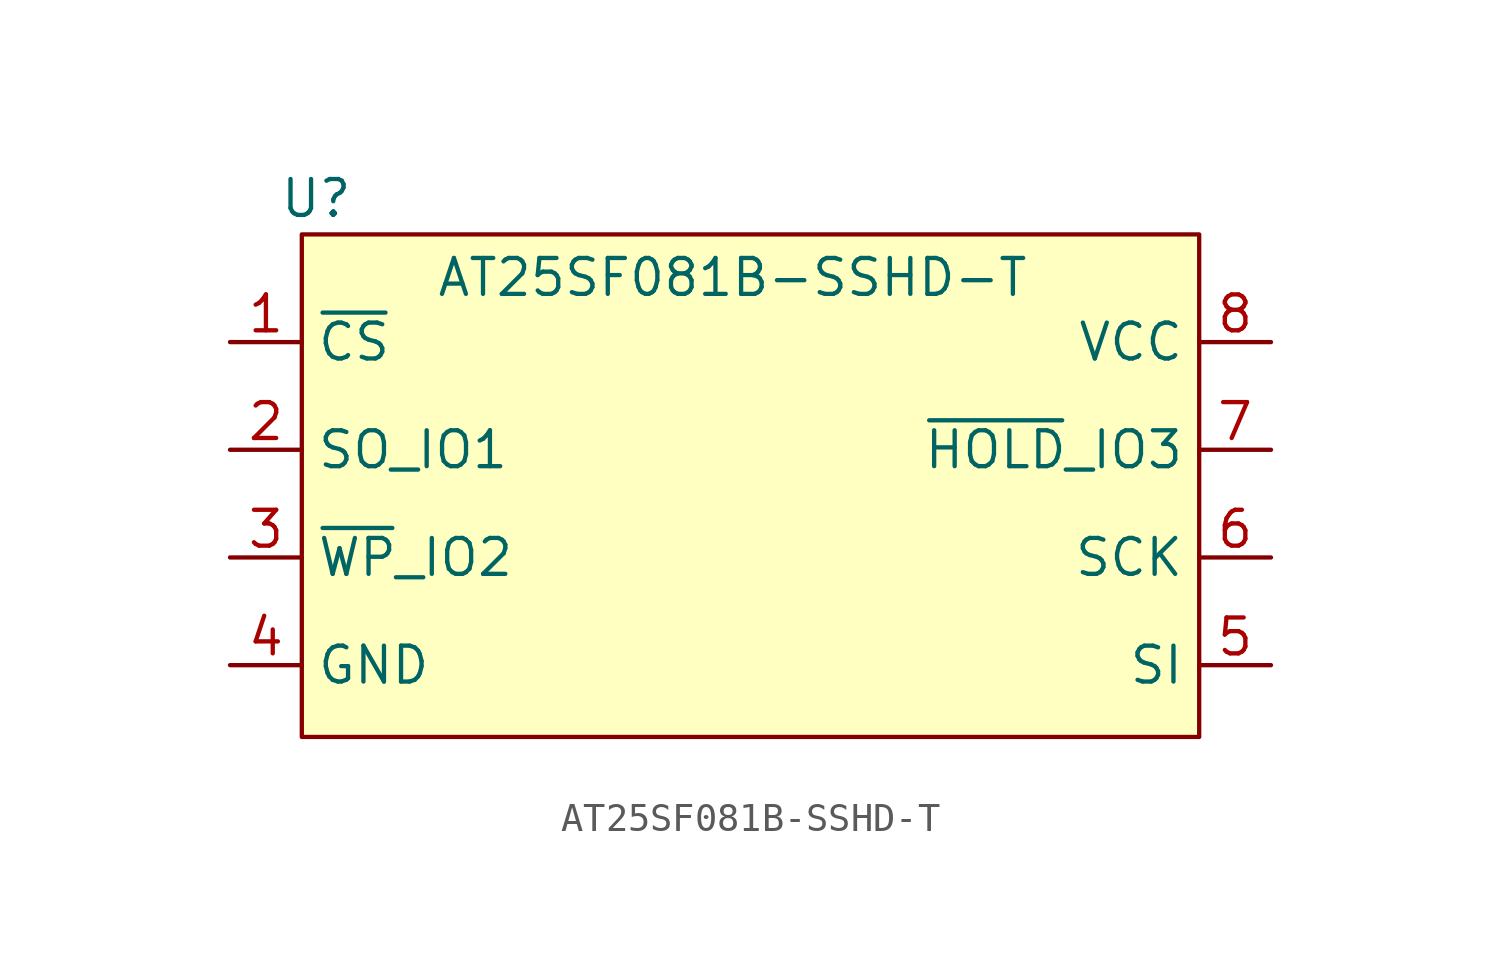
<source format=kicad_sym>
(kicad_symbol_lib
  (version 20231120)
  (generator "kicad_symbol_editor")
  (generator_version "8.0")
  (symbol "AT25SF081B-SSHD-T"
    (property "Reference" "U"
      (at -14.732 3.81 0)
      (effects (font (size 1.27 1.27))))
    (property "Value" " AT25SF081B-SSHD-T"
      (at 0 1.016 0)
      (effects (font (size 1.27 1.27))))
    (symbol "AT25SF081B-SSHD-T_1_1"
      (rectangle (start -15.24 2.54) (end 16.51 -15.24) (stroke (width 0) (type default)) (fill (type background)))
      (pin input line (at -17.78 -1.27 0) (length 2.54) (name "~{CS}" (effects (font (size 1.27 1.27)))) (number "1" (effects (font (size 1.27 1.27)))))
      (pin bidirectional line (at -17.78 -5.08 0) (length 2.54) (name "SO_IO1" (effects (font (size 1.27 1.27)))) (number "2" (effects (font (size 1.27 1.27)))))
      (pin bidirectional line (at -17.78 -8.89 0) (length 2.54) (name "~{WP}_IO2" (effects (font (size 1.27 1.27)))) (number "3" (effects (font (size 1.27 1.27)))))
      (pin power_in line (at -17.78 -12.7 0) (length 2.54) (name "GND" (effects (font (size 1.27 1.27)))) (number "4" (effects (font (size 1.27 1.27)))))
      (pin input line (at 19.05 -12.7 180) (length 2.54) (name "SI" (effects (font (size 1.27 1.27)))) (number "5" (effects (font (size 1.27 1.27)))))
      (pin input line (at 19.05 -8.89 180) (length 2.54) (name "SCK" (effects (font (size 1.27 1.27)))) (number "6" (effects (font (size 1.27 1.27)))))
      (pin bidirectional line (at 19.05 -5.08 180) (length 2.54) (name "~{HOLD}_IO3" (effects (font (size 1.27 1.27)))) (number "7" (effects (font (size 1.27 1.27)))))
      (pin power_in line (at 19.05 -1.27 180) (length 2.54) (name "VCC" (effects (font (size 1.27 1.27)))) (number "8" (effects (font (size 1.27 1.27))))))))
</source>
